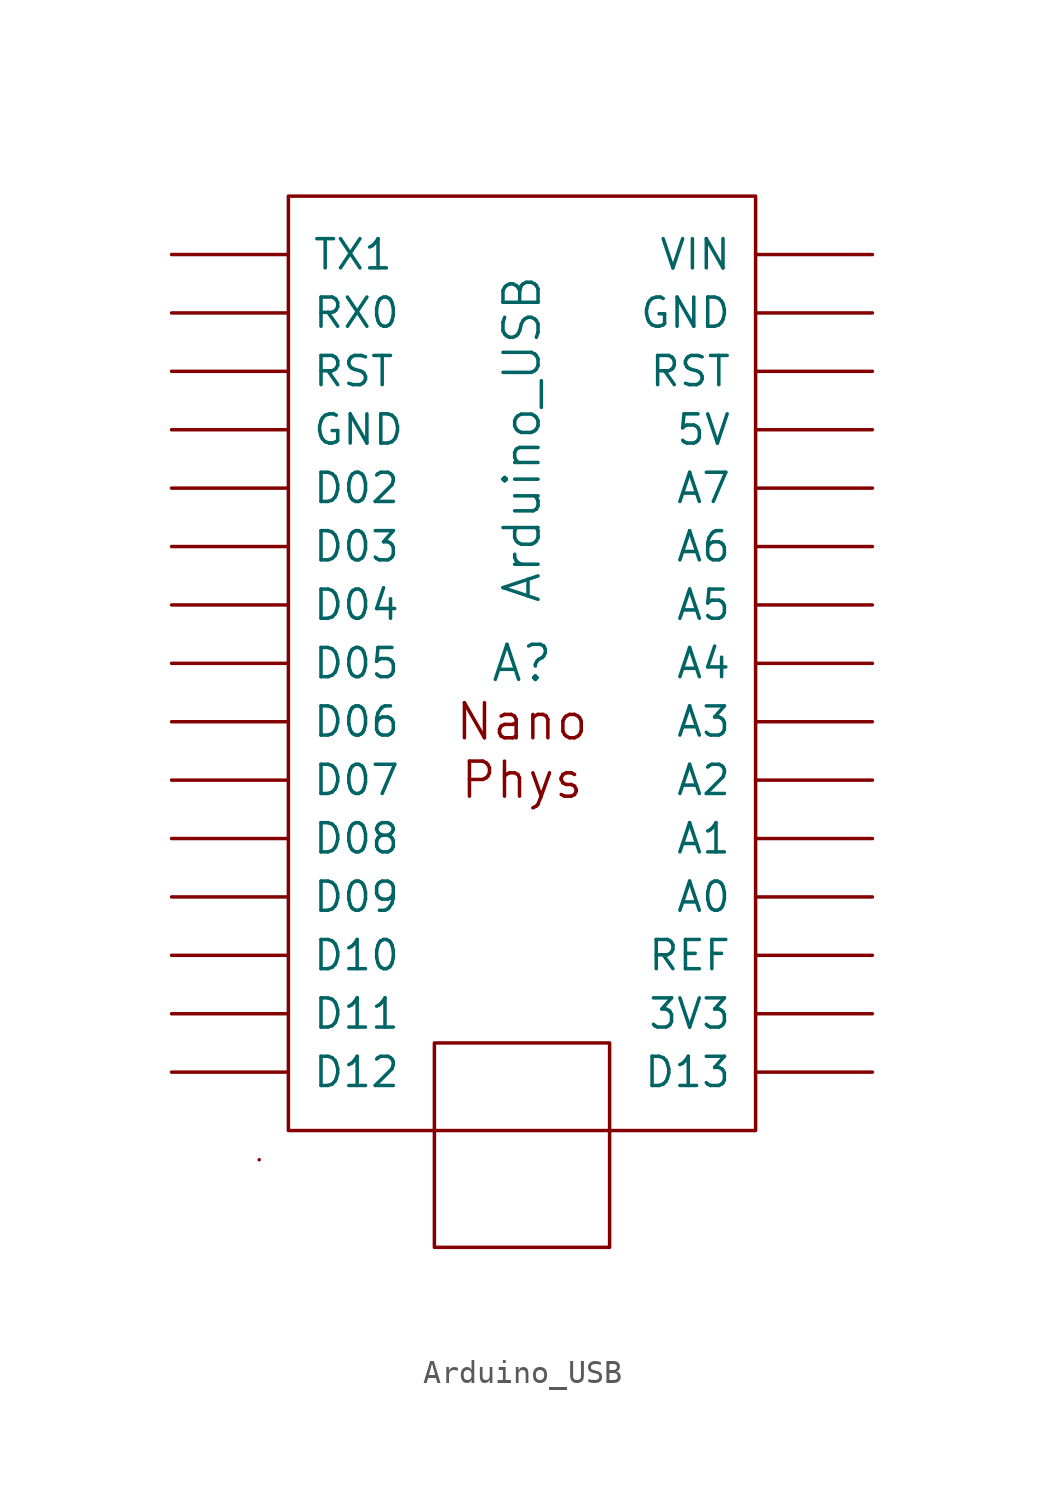
<source format=kicad_sym>
(kicad_symbol_lib
  (version 20241209)
  (generator "kicad_symbol_editor")
  (generator_version "9.0")
  (symbol "Arduino_USB"
    (pin_names
      (offset 1.016))
    (property "Reference" "A"
      (at 0 0 0)
      (effects (font (size 1.524 1.524))))
    (property "Value" "Arduino_USB"
      (at 0 2.54 90)
      (effects (font (size 1.524 1.524)) (justify left)))
    (property "Footprint" ""
      (at 0 0 0)
      (effects (font (size 1.524 1.524))))
    (property "Datasheet" ""
      (at 0 0 0)
      (effects (font (size 1.524 1.524))))
    (symbol "Arduino_USB_0_0"
      (rectangle (start -10.16 20.32) (end 10.16 -20.32) (stroke (width 0) (type solid)) (fill (type none)))
      (text "Nano" (at 0 -2.54 0) (effects (font (size 1.524 1.524))))
      (text "Phys" (at 0 -5.08 0) (effects (font (size 1.524 1.524)))))
    (symbol "Arduino_USB_0_1"
      (rectangle (start -11.43 -21.59) (end -11.43 -21.59) (stroke (width 0) (type solid)) (fill (type none)))
      (rectangle (start 3.81 -25.4) (end -3.81 -16.51) (stroke (width 0) (type solid)) (fill (type none))))
    (symbol "Arduino_USB_1_1"
      (pin input line (at -15.24 17.78 0) (length 5.08) (name "TX1" (effects (font (size 1.27 1.27)))) (number "~" (effects (font (size 1.27 1.27)))))
      (pin input line (at -15.24 15.24 0) (length 5.08) (name "RX0" (effects (font (size 1.27 1.27)))) (number "~" (effects (font (size 1.27 1.27)))))
      (pin input line (at -15.24 12.7 0) (length 5.08) (name "RST" (effects (font (size 1.27 1.27)))) (number "~" (effects (font (size 1.27 1.27)))))
      (pin input line (at -15.24 10.16 0) (length 5.08) (name "GND" (effects (font (size 1.27 1.27)))) (number "~" (effects (font (size 1.27 1.27)))))
      (pin input line (at -15.24 7.62 0) (length 5.08) (name "D02" (effects (font (size 1.27 1.27)))) (number "~" (effects (font (size 1.27 1.27)))))
      (pin input line (at -15.24 5.08 0) (length 5.08) (name "D03" (effects (font (size 1.27 1.27)))) (number "~" (effects (font (size 1.27 1.27)))))
      (pin input line (at -15.24 2.54 0) (length 5.08) (name "D04" (effects (font (size 1.27 1.27)))) (number "~" (effects (font (size 1.27 1.27)))))
      (pin input line (at -15.24 0 0) (length 5.08) (name "D05" (effects (font (size 1.27 1.27)))) (number "~" (effects (font (size 1.27 1.27)))))
      (pin input line (at -15.24 -2.54 0) (length 5.08) (name "D06" (effects (font (size 1.27 1.27)))) (number "~" (effects (font (size 1.27 1.27)))))
      (pin input line (at -15.24 -5.08 0) (length 5.08) (name "D07" (effects (font (size 1.27 1.27)))) (number "~" (effects (font (size 1.27 1.27)))))
      (pin input line (at -15.24 -7.62 0) (length 5.08) (name "D08" (effects (font (size 1.27 1.27)))) (number "~" (effects (font (size 1.27 1.27)))))
      (pin input line (at -15.24 -10.16 0) (length 5.08) (name "D09" (effects (font (size 1.27 1.27)))) (number "~" (effects (font (size 1.27 1.27)))))
      (pin input line (at -15.24 -12.7 0) (length 5.08) (name "D10" (effects (font (size 1.27 1.27)))) (number "~" (effects (font (size 1.27 1.27)))))
      (pin input line (at -15.24 -15.24 0) (length 5.08) (name "D11" (effects (font (size 1.27 1.27)))) (number "~" (effects (font (size 1.27 1.27)))))
      (pin input line (at -15.24 -17.78 0) (length 5.08) (name "D12" (effects (font (size 1.27 1.27)))) (number "~" (effects (font (size 1.27 1.27)))))
      (pin input line (at 15.24 17.78 180) (length 5.08) (name "VIN" (effects (font (size 1.27 1.27)))) (number "~" (effects (font (size 1.27 1.27)))))
      (pin input line (at 15.24 15.24 180) (length 5.08) (name "GND" (effects (font (size 1.27 1.27)))) (number "~" (effects (font (size 1.27 1.27)))))
      (pin input line (at 15.24 12.7 180) (length 5.08) (name "RST" (effects (font (size 1.27 1.27)))) (number "~" (effects (font (size 1.27 1.27)))))
      (pin input line (at 15.24 10.16 180) (length 5.08) (name "5V" (effects (font (size 1.27 1.27)))) (number "~" (effects (font (size 1.27 1.27)))))
      (pin input line (at 15.24 7.62 180) (length 5.08) (name "A7" (effects (font (size 1.27 1.27)))) (number "~" (effects (font (size 1.27 1.27)))))
      (pin input line (at 15.24 5.08 180) (length 5.08) (name "A6" (effects (font (size 1.27 1.27)))) (number "~" (effects (font (size 1.27 1.27)))))
      (pin input line (at 15.24 2.54 180) (length 5.08) (name "A5" (effects (font (size 1.27 1.27)))) (number "~" (effects (font (size 1.27 1.27)))))
      (pin input line (at 15.24 0 180) (length 5.08) (name "A4" (effects (font (size 1.27 1.27)))) (number "~" (effects (font (size 1.27 1.27)))))
      (pin input line (at 15.24 -2.54 180) (length 5.08) (name "A3" (effects (font (size 1.27 1.27)))) (number "~" (effects (font (size 1.27 1.27)))))
      (pin input line (at 15.24 -5.08 180) (length 5.08) (name "A2" (effects (font (size 1.27 1.27)))) (number "~" (effects (font (size 1.27 1.27)))))
      (pin input line (at 15.24 -7.62 180) (length 5.08) (name "A1" (effects (font (size 1.27 1.27)))) (number "~" (effects (font (size 1.27 1.27)))))
      (pin input line (at 15.24 -10.16 180) (length 5.08) (name "A0" (effects (font (size 1.27 1.27)))) (number "~" (effects (font (size 1.27 1.27)))))
      (pin input line (at 15.24 -12.7 180) (length 5.08) (name "REF" (effects (font (size 1.27 1.27)))) (number "~" (effects (font (size 1.27 1.27)))))
      (pin input line (at 15.24 -15.24 180) (length 5.08) (name "3V3" (effects (font (size 1.27 1.27)))) (number "~" (effects (font (size 1.27 1.27)))))
      (pin input line (at 15.24 -17.78 180) (length 5.08) (name "D13" (effects (font (size 1.27 1.27)))) (number "~" (effects (font (size 1.27 1.27))))))))
</source>
